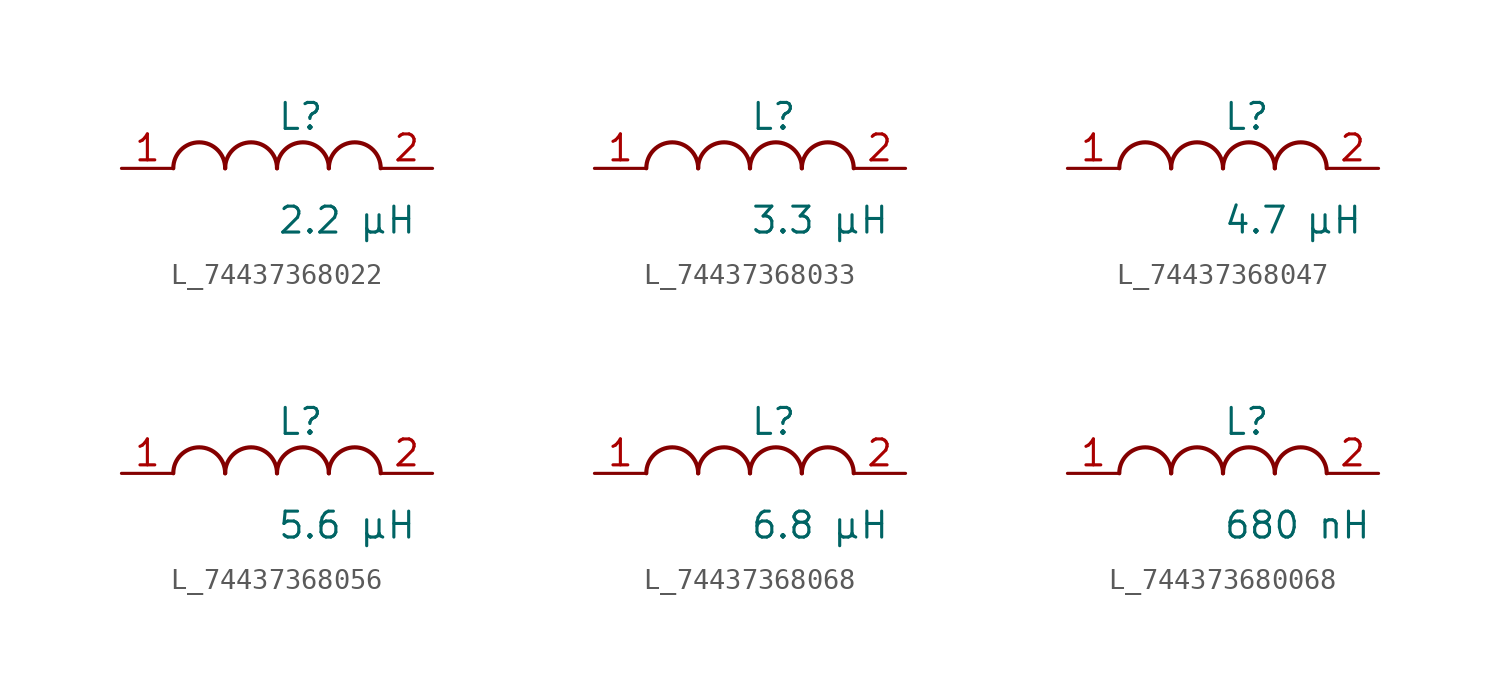
<source format=kicad_sym>
(kicad_symbol_lib
  (version 20231120)
  (generator kicad_symbol_editor)
  (generator_version 8.0)
  (symbol "L_74437368022"
    (pin_names
      (offset 0.254))
    (property "Reference" "L"
      (at 0 2.54 0)
      (effects (font (size 1.27 1.27)) (justify left)))
    (property "Value" "2.2 µH"
      (at 0 -2.54 0)
      (effects (font (size 1.27 1.27)) (justify left)))
    (symbol "L_74437368022_1_1"
      (arc (start -2.54 0.0056) (mid -3.81 1.27) (end -5.08 0.0056) (stroke (width 0.2032) (type default)) (fill (type none)))
      (arc (start 0 0.0056) (mid -1.27 1.27) (end -2.54 0.0056) (stroke (width 0.2032) (type default)) (fill (type none)))
      (arc (start 2.54 0.0056) (mid 1.27 1.27) (end 0 0.0056) (stroke (width 0.2032) (type default)) (fill (type none)))
      (arc (start 5.08 0.0056) (mid 3.81 1.27) (end 2.54 0.0056) (stroke (width 0.2032) (type default)) (fill (type none)))
      (pin unspecified line (at -7.62 0 0) (length 2.54) (name "" (effects (font (size 1.27 1.27)))) (number "1" (effects (font (size 1.27 1.27)))))
      (pin unspecified line (at 7.62 0 180) (length 2.54) (name "" (effects (font (size 1.27 1.27)))) (number "2" (effects (font (size 1.27 1.27)))))))
  (symbol "L_74437368033"
    (pin_names
      (offset 0.254))
    (property "Reference" "L"
      (at 0 2.54 0)
      (effects (font (size 1.27 1.27)) (justify left)))
    (property "Value" "3.3 µH"
      (at 0 -2.54 0)
      (effects (font (size 1.27 1.27)) (justify left)))
    (symbol "L_74437368033_1_1"
      (arc (start -2.54 0.0056) (mid -3.81 1.27) (end -5.08 0.0056) (stroke (width 0.2032) (type default)) (fill (type none)))
      (arc (start 0 0.0056) (mid -1.27 1.27) (end -2.54 0.0056) (stroke (width 0.2032) (type default)) (fill (type none)))
      (arc (start 2.54 0.0056) (mid 1.27 1.27) (end 0 0.0056) (stroke (width 0.2032) (type default)) (fill (type none)))
      (arc (start 5.08 0.0056) (mid 3.81 1.27) (end 2.54 0.0056) (stroke (width 0.2032) (type default)) (fill (type none)))
      (pin unspecified line (at -7.62 0 0) (length 2.54) (name "" (effects (font (size 1.27 1.27)))) (number "1" (effects (font (size 1.27 1.27)))))
      (pin unspecified line (at 7.62 0 180) (length 2.54) (name "" (effects (font (size 1.27 1.27)))) (number "2" (effects (font (size 1.27 1.27)))))))
  (symbol "L_74437368047"
    (pin_names
      (offset 0.254))
    (property "Reference" "L"
      (at 0 2.54 0)
      (effects (font (size 1.27 1.27)) (justify left)))
    (property "Value" "4.7 µH"
      (at 0 -2.54 0)
      (effects (font (size 1.27 1.27)) (justify left)))
    (symbol "L_74437368047_1_1"
      (arc (start -2.54 0.0056) (mid -3.81 1.27) (end -5.08 0.0056) (stroke (width 0.2032) (type default)) (fill (type none)))
      (arc (start 0 0.0056) (mid -1.27 1.27) (end -2.54 0.0056) (stroke (width 0.2032) (type default)) (fill (type none)))
      (arc (start 2.54 0.0056) (mid 1.27 1.27) (end 0 0.0056) (stroke (width 0.2032) (type default)) (fill (type none)))
      (arc (start 5.08 0.0056) (mid 3.81 1.27) (end 2.54 0.0056) (stroke (width 0.2032) (type default)) (fill (type none)))
      (pin unspecified line (at -7.62 0 0) (length 2.54) (name "" (effects (font (size 1.27 1.27)))) (number "1" (effects (font (size 1.27 1.27)))))
      (pin unspecified line (at 7.62 0 180) (length 2.54) (name "" (effects (font (size 1.27 1.27)))) (number "2" (effects (font (size 1.27 1.27)))))))
  (symbol "L_74437368056"
    (pin_names
      (offset 0.254))
    (property "Reference" "L"
      (at 0 2.54 0)
      (effects (font (size 1.27 1.27)) (justify left)))
    (property "Value" "5.6 µH"
      (at 0 -2.54 0)
      (effects (font (size 1.27 1.27)) (justify left)))
    (symbol "L_74437368056_1_1"
      (arc (start -2.54 0.0056) (mid -3.81 1.27) (end -5.08 0.0056) (stroke (width 0.2032) (type default)) (fill (type none)))
      (arc (start 0 0.0056) (mid -1.27 1.27) (end -2.54 0.0056) (stroke (width 0.2032) (type default)) (fill (type none)))
      (arc (start 2.54 0.0056) (mid 1.27 1.27) (end 0 0.0056) (stroke (width 0.2032) (type default)) (fill (type none)))
      (arc (start 5.08 0.0056) (mid 3.81 1.27) (end 2.54 0.0056) (stroke (width 0.2032) (type default)) (fill (type none)))
      (pin unspecified line (at -7.62 0 0) (length 2.54) (name "" (effects (font (size 1.27 1.27)))) (number "1" (effects (font (size 1.27 1.27)))))
      (pin unspecified line (at 7.62 0 180) (length 2.54) (name "" (effects (font (size 1.27 1.27)))) (number "2" (effects (font (size 1.27 1.27)))))))
  (symbol "L_74437368068"
    (pin_names
      (offset 0.254))
    (property "Reference" "L"
      (at 0 2.54 0)
      (effects (font (size 1.27 1.27)) (justify left)))
    (property "Value" "6.8 µH"
      (at 0 -2.54 0)
      (effects (font (size 1.27 1.27)) (justify left)))
    (symbol "L_74437368068_1_1"
      (arc (start -2.54 0.0056) (mid -3.81 1.27) (end -5.08 0.0056) (stroke (width 0.2032) (type default)) (fill (type none)))
      (arc (start 0 0.0056) (mid -1.27 1.27) (end -2.54 0.0056) (stroke (width 0.2032) (type default)) (fill (type none)))
      (arc (start 2.54 0.0056) (mid 1.27 1.27) (end 0 0.0056) (stroke (width 0.2032) (type default)) (fill (type none)))
      (arc (start 5.08 0.0056) (mid 3.81 1.27) (end 2.54 0.0056) (stroke (width 0.2032) (type default)) (fill (type none)))
      (pin unspecified line (at -7.62 0 0) (length 2.54) (name "" (effects (font (size 1.27 1.27)))) (number "1" (effects (font (size 1.27 1.27)))))
      (pin unspecified line (at 7.62 0 180) (length 2.54) (name "" (effects (font (size 1.27 1.27)))) (number "2" (effects (font (size 1.27 1.27)))))))
  (symbol "L_744373680068"
    (pin_names
      (offset 0.254))
    (property "Reference" "L"
      (at 0 2.54 0)
      (effects (font (size 1.27 1.27)) (justify left)))
    (property "Value" "680 nH"
      (at 0 -2.54 0)
      (effects (font (size 1.27 1.27)) (justify left)))
    (symbol "L_744373680068_1_1"
      (arc (start -2.54 0.0056) (mid -3.81 1.27) (end -5.08 0.0056) (stroke (width 0.2032) (type default)) (fill (type none)))
      (arc (start 0 0.0056) (mid -1.27 1.27) (end -2.54 0.0056) (stroke (width 0.2032) (type default)) (fill (type none)))
      (arc (start 2.54 0.0056) (mid 1.27 1.27) (end 0 0.0056) (stroke (width 0.2032) (type default)) (fill (type none)))
      (arc (start 5.08 0.0056) (mid 3.81 1.27) (end 2.54 0.0056) (stroke (width 0.2032) (type default)) (fill (type none)))
      (pin unspecified line (at -7.62 0 0) (length 2.54) (name "" (effects (font (size 1.27 1.27)))) (number "1" (effects (font (size 1.27 1.27)))))
      (pin unspecified line (at 7.62 0 180) (length 2.54) (name "" (effects (font (size 1.27 1.27)))) (number "2" (effects (font (size 1.27 1.27))))))))
</source>
